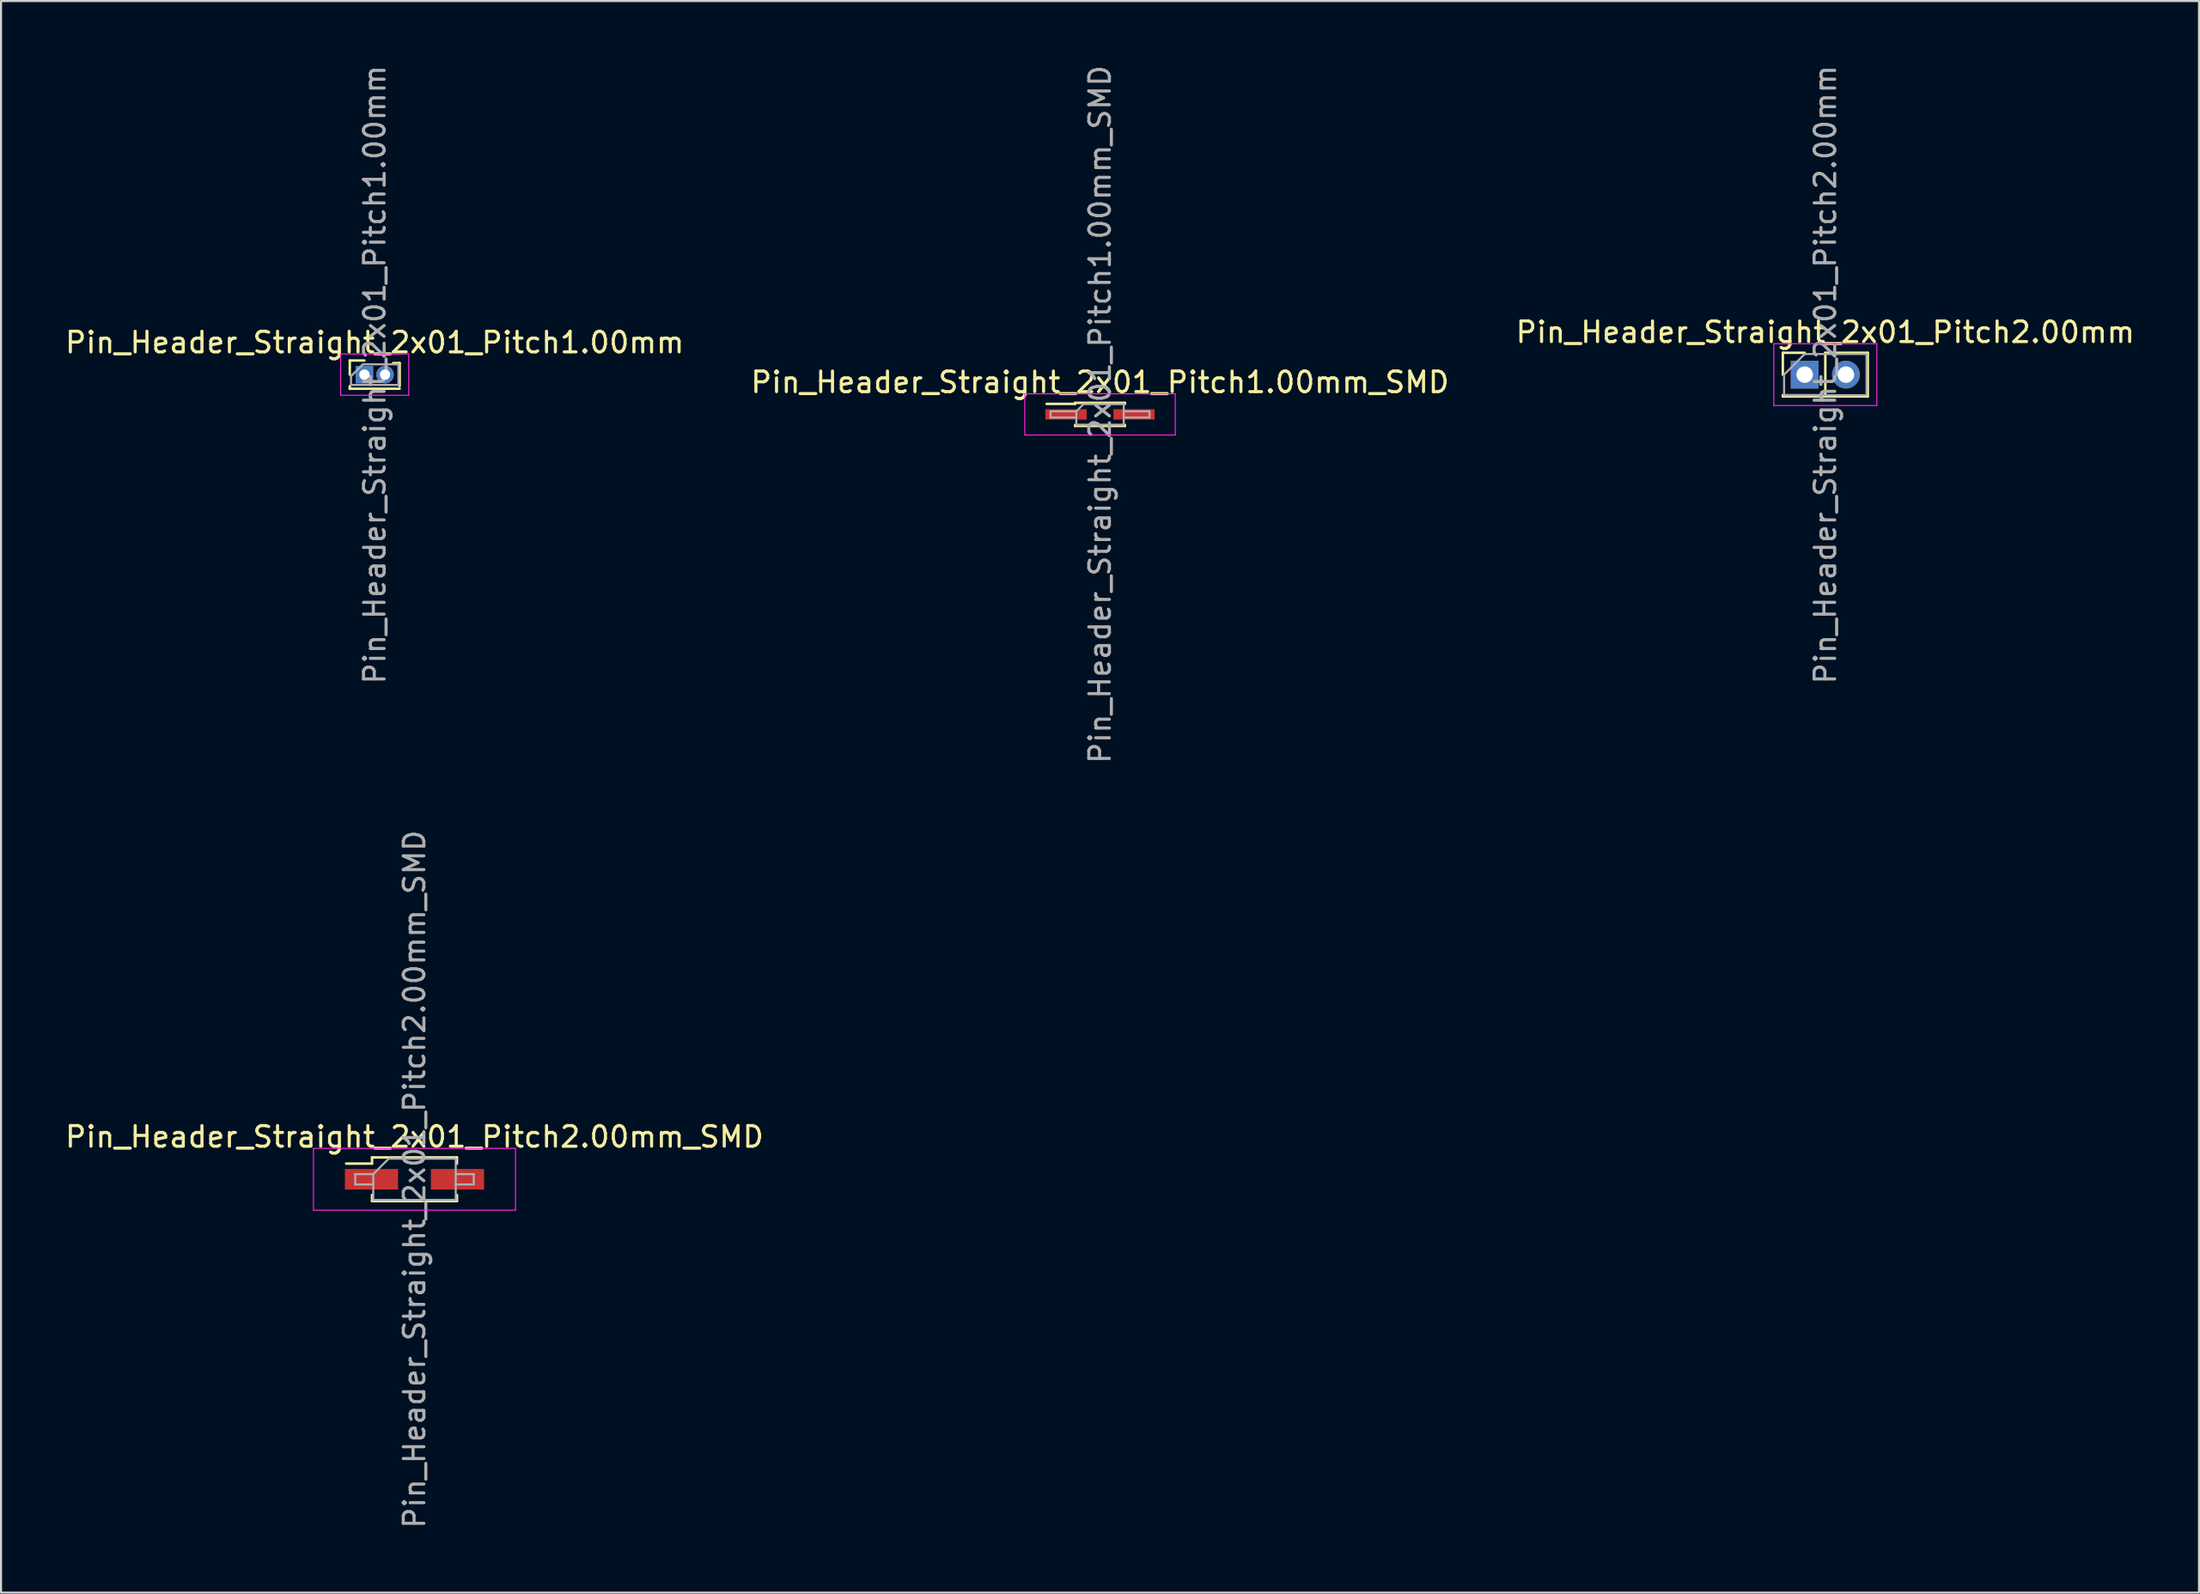
<source format=kicad_pcb>
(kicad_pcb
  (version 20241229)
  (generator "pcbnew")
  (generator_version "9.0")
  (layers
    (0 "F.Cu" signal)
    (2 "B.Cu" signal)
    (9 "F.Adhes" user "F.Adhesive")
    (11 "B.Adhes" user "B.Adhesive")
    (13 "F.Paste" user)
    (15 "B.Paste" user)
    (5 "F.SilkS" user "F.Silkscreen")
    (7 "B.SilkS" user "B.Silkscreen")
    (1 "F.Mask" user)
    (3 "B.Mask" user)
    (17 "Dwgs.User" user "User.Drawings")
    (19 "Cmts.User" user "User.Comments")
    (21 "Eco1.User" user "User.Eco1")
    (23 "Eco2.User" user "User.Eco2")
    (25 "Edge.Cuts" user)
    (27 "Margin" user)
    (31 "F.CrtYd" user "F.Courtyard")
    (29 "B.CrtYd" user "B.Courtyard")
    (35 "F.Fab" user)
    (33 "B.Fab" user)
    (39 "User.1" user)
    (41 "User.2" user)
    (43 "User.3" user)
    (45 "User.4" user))
  (footprint "Pin_Header_Straight_2x01_Pitch1.00mm_SMD"
    (layer "F.Cu")
    (at 50.304 17.054)
    (property "Reference" "Pin_Header_Straight_2x01_Pitch1.00mm_SMD" (at 0 -1.56 0) (layer "F.SilkS") (effects (font (size 1 1) (thickness 0.15))))
    (attr smd)
    (fp_line (start -2.59 -0.51) (end -1.21 -0.51) (stroke (width 0.12) (type solid)) (layer "F.SilkS"))
    (fp_line (start -1.21 -0.56) (end -1.21 -0.51) (stroke (width 0.12) (type solid)) (layer "F.SilkS"))
    (fp_line (start -1.21 -0.56) (end 1.21 -0.56) (stroke (width 0.12) (type solid)) (layer "F.SilkS"))
    (fp_line (start -1.21 0.51) (end -1.21 0.56) (stroke (width 0.12) (type solid)) (layer "F.SilkS"))
    (fp_line (start -1.21 0.56) (end 1.21 0.56) (stroke (width 0.12) (type solid)) (layer "F.SilkS"))
    (fp_line (start 1.21 -0.56) (end 1.21 -0.51) (stroke (width 0.12) (type solid)) (layer "F.SilkS"))
    (fp_line (start 1.21 0.51) (end 1.21 0.56) (stroke (width 0.12) (type solid)) (layer "F.SilkS"))
    (fp_line (start -3.65 -1) (end -3.65 1) (stroke (width 0.05) (type solid)) (layer "F.CrtYd"))
    (fp_line (start -3.65 1) (end 3.65 1) (stroke (width 0.05) (type solid)) (layer "F.CrtYd"))
    (fp_line (start 3.65 -1) (end -3.65 -1) (stroke (width 0.05) (type solid)) (layer "F.CrtYd"))
    (fp_line (start 3.65 1) (end 3.65 -1) (stroke (width 0.05) (type solid)) (layer "F.CrtYd"))
    (fp_line (start -2.4 -0.15) (end -2.4 0.15) (stroke (width 0.1) (type solid)) (layer "F.Fab"))
    (fp_line (start -2.4 0.15) (end -1.15 0.15) (stroke (width 0.1) (type solid)) (layer "F.Fab"))
    (fp_line (start -1.15 -0.15) (end -2.4 -0.15) (stroke (width 0.1) (type solid)) (layer "F.Fab"))
    (fp_line (start -1.15 -0.15) (end -0.8 -0.5) (stroke (width 0.1) (type solid)) (layer "F.Fab"))
    (fp_line (start -1.15 0.5) (end -1.15 -0.15) (stroke (width 0.1) (type solid)) (layer "F.Fab"))
    (fp_line (start -0.8 -0.5) (end 1.15 -0.5) (stroke (width 0.1) (type solid)) (layer "F.Fab"))
    (fp_line (start 1.15 -0.5) (end 1.15 0.5) (stroke (width 0.1) (type solid)) (layer "F.Fab"))
    (fp_line (start 1.15 -0.15) (end 2.4 -0.15) (stroke (width 0.1) (type solid)) (layer "F.Fab"))
    (fp_line (start 1.15 0.5) (end -1.15 0.5) (stroke (width 0.1) (type solid)) (layer "F.Fab"))
    (fp_line (start 2.4 -0.15) (end 2.4 0.15) (stroke (width 0.1) (type solid)) (layer "F.Fab"))
    (fp_line (start 2.4 0.15) (end 1.15 0.15) (stroke (width 0.1) (type solid)) (layer "F.Fab"))
    (fp_text user "${REFERENCE}" (at 0 0 90) (layer "F.Fab") (effects (font (size 1 1) (thickness 0.15))))
    (pad "1" smd rect (at -1.65 0) (size 2 0.5) (layers "F.Cu" "F.Mask" "F.Paste"))
    (pad "2" smd rect (at 1.65 0) (size 2 0.5) (layers "F.Cu" "F.Mask" "F.Paste")))
  (footprint "Pin_Header_Straight_2x01_Pitch2.00mm_SMD"
    (layer "F.Cu")
    (at 17.054 54.161)
    (property "Reference" "Pin_Header_Straight_2x01_Pitch2.00mm_SMD" (at 0 -2.06 0) (layer "F.SilkS") (effects (font (size 1 1) (thickness 0.15))))
    (attr smd)
    (fp_line (start -3.315 -0.76) (end -2.06 -0.76) (stroke (width 0.12) (type solid)) (layer "F.SilkS"))
    (fp_line (start -2.06 -1.06) (end -2.06 -0.76) (stroke (width 0.12) (type solid)) (layer "F.SilkS"))
    (fp_line (start -2.06 -1.06) (end 2.06 -1.06) (stroke (width 0.12) (type solid)) (layer "F.SilkS"))
    (fp_line (start -2.06 0.76) (end -2.06 1.06) (stroke (width 0.12) (type solid)) (layer "F.SilkS"))
    (fp_line (start -2.06 1.06) (end 2.06 1.06) (stroke (width 0.12) (type solid)) (layer "F.SilkS"))
    (fp_line (start 2.06 -1.06) (end 2.06 -0.76) (stroke (width 0.12) (type solid)) (layer "F.SilkS"))
    (fp_line (start 2.06 0.76) (end 2.06 1.06) (stroke (width 0.12) (type solid)) (layer "F.SilkS"))
    (fp_line (start -4.9 -1.5) (end -4.9 1.5) (stroke (width 0.05) (type solid)) (layer "F.CrtYd"))
    (fp_line (start -4.9 1.5) (end 4.9 1.5) (stroke (width 0.05) (type solid)) (layer "F.CrtYd"))
    (fp_line (start 4.9 -1.5) (end -4.9 -1.5) (stroke (width 0.05) (type solid)) (layer "F.CrtYd"))
    (fp_line (start 4.9 1.5) (end 4.9 -1.5) (stroke (width 0.05) (type solid)) (layer "F.CrtYd"))
    (fp_line (start -2.875 -0.25) (end -2.875 0.25) (stroke (width 0.1) (type solid)) (layer "F.Fab"))
    (fp_line (start -2.875 0.25) (end -2 0.25) (stroke (width 0.1) (type solid)) (layer "F.Fab"))
    (fp_line (start -2 -0.25) (end -2.875 -0.25) (stroke (width 0.1) (type solid)) (layer "F.Fab"))
    (fp_line (start -2 -0.25) (end -1.25 -1) (stroke (width 0.1) (type solid)) (layer "F.Fab"))
    (fp_line (start -2 1) (end -2 -0.25) (stroke (width 0.1) (type solid)) (layer "F.Fab"))
    (fp_line (start -1.25 -1) (end 2 -1) (stroke (width 0.1) (type solid)) (layer "F.Fab"))
    (fp_line (start 2 -1) (end 2 1) (stroke (width 0.1) (type solid)) (layer "F.Fab"))
    (fp_line (start 2 -0.25) (end 2.875 -0.25) (stroke (width 0.1) (type solid)) (layer "F.Fab"))
    (fp_line (start 2 1) (end -2 1) (stroke (width 0.1) (type solid)) (layer "F.Fab"))
    (fp_line (start 2.875 -0.25) (end 2.875 0.25) (stroke (width 0.1) (type solid)) (layer "F.Fab"))
    (fp_line (start 2.875 0.25) (end 2 0.25) (stroke (width 0.1) (type solid)) (layer "F.Fab"))
    (fp_text user "${REFERENCE}" (at 0 0 90) (layer "F.Fab") (effects (font (size 1 1) (thickness 0.15))))
    (pad "1" smd rect (at -2.085 0) (size 2.58 1) (layers "F.Cu" "F.Mask" "F.Paste"))
    (pad "2" smd rect (at 2.085 0) (size 2.58 1) (layers "F.Cu" "F.Mask" "F.Paste")))
  (footprint "Pin_Header_Straight_2x01_Pitch1.00mm"
    (layer "F.Cu")
    (at 14.625 15.125)
    (property "Reference" "Pin_Header_Straight_2x01_Pitch1.00mm" (at 0.5 -1.56 0) (layer "F.SilkS") (effects (font (size 1 1) (thickness 0.15))))
    (attr through_hole)
    (fp_line (start -0.71 -0.685) (end 0 -0.685) (stroke (width 0.12) (type solid)) (layer "F.SilkS"))
    (fp_line (start -0.71 0) (end -0.71 -0.685) (stroke (width 0.12) (type solid)) (layer "F.SilkS"))
    (fp_line (start -0.71 0.685) (end -0.71 0.56) (stroke (width 0.12) (type solid)) (layer "F.SilkS"))
    (fp_line (start -0.71 0.685) (end -0.608 0.685) (stroke (width 0.12) (type solid)) (layer "F.SilkS"))
    (fp_line (start -0.71 0.685) (end 1.71 0.685) (stroke (width 0.12) (type solid)) (layer "F.SilkS"))
    (fp_line (start 1.394 -0.56) (end 1.71 -0.56) (stroke (width 0.12) (type solid)) (layer "F.SilkS"))
    (fp_line (start 1.71 -0.56) (end 1.71 0.56) (stroke (width 0.12) (type solid)) (layer "F.SilkS"))
    (fp_line (start -1.15 -1) (end -1.15 1) (stroke (width 0.05) (type solid)) (layer "F.CrtYd"))
    (fp_line (start -1.15 1) (end 2.15 1) (stroke (width 0.05) (type solid)) (layer "F.CrtYd"))
    (fp_line (start 2.15 -1) (end -1.15 -1) (stroke (width 0.05) (type solid)) (layer "F.CrtYd"))
    (fp_line (start 2.15 1) (end 2.15 -1) (stroke (width 0.05) (type solid)) (layer "F.CrtYd"))
    (fp_line (start -0.65 0.075) (end -0.075 -0.5) (stroke (width 0.1) (type solid)) (layer "F.Fab"))
    (fp_line (start -0.65 0.5) (end -0.65 0.075) (stroke (width 0.1) (type solid)) (layer "F.Fab"))
    (fp_line (start -0.075 -0.5) (end 1.65 -0.5) (stroke (width 0.1) (type solid)) (layer "F.Fab"))
    (fp_line (start 1.65 -0.5) (end 1.65 0.5) (stroke (width 0.1) (type solid)) (layer "F.Fab"))
    (fp_line (start 1.65 0.5) (end -0.65 0.5) (stroke (width 0.1) (type solid)) (layer "F.Fab"))
    (fp_text user "${REFERENCE}" (at 0.5 0 90) (layer "F.Fab") (effects (font (size 1 1) (thickness 0.15))))
    (pad "1" thru_hole rect (at 0 0) (size 0.85 0.85) (drill 0.5) (layers "*.Cu" "*.Mask"))
    (pad "2" thru_hole oval (at 1 0) (size 0.85 0.85) (drill 0.5) (layers "*.Cu" "*.Mask")))
  (footprint "Pin_Header_Straight_2x01_Pitch2.00mm"
    (layer "F.Cu")
    (at 84.482 15.125)
    (property "Reference" "Pin_Header_Straight_2x01_Pitch2.00mm" (at 1 -2.06 0) (layer "F.SilkS") (effects (font (size 1 1) (thickness 0.15))))
    (attr through_hole)
    (fp_line (start -1.06 -1.06) (end 0 -1.06) (stroke (width 0.12) (type solid)) (layer "F.SilkS"))
    (fp_line (start -1.06 0) (end -1.06 -1.06) (stroke (width 0.12) (type solid)) (layer "F.SilkS"))
    (fp_line (start -1.06 1) (end -1.06 1.06) (stroke (width 0.12) (type solid)) (layer "F.SilkS"))
    (fp_line (start -1.06 1) (end 1 1) (stroke (width 0.12) (type solid)) (layer "F.SilkS"))
    (fp_line (start -1.06 1.06) (end 3.06 1.06) (stroke (width 0.12) (type solid)) (layer "F.SilkS"))
    (fp_line (start 1 -1.06) (end 3.06 -1.06) (stroke (width 0.12) (type solid)) (layer "F.SilkS"))
    (fp_line (start 1 1) (end 1 -1.06) (stroke (width 0.12) (type solid)) (layer "F.SilkS"))
    (fp_line (start 3.06 -1.06) (end 3.06 1.06) (stroke (width 0.12) (type solid)) (layer "F.SilkS"))
    (fp_line (start -1.5 -1.5) (end -1.5 1.5) (stroke (width 0.05) (type solid)) (layer "F.CrtYd"))
    (fp_line (start -1.5 1.5) (end 3.5 1.5) (stroke (width 0.05) (type solid)) (layer "F.CrtYd"))
    (fp_line (start 3.5 -1.5) (end -1.5 -1.5) (stroke (width 0.05) (type solid)) (layer "F.CrtYd"))
    (fp_line (start 3.5 1.5) (end 3.5 -1.5) (stroke (width 0.05) (type solid)) (layer "F.CrtYd"))
    (fp_line (start -1 0) (end 0 -1) (stroke (width 0.1) (type solid)) (layer "F.Fab"))
    (fp_line (start -1 1) (end -1 0) (stroke (width 0.1) (type solid)) (layer "F.Fab"))
    (fp_line (start 0 -1) (end 3 -1) (stroke (width 0.1) (type solid)) (layer "F.Fab"))
    (fp_line (start 3 -1) (end 3 1) (stroke (width 0.1) (type solid)) (layer "F.Fab"))
    (fp_line (start 3 1) (end -1 1) (stroke (width 0.1) (type solid)) (layer "F.Fab"))
    (fp_text user "${REFERENCE}" (at 1 0 90) (layer "F.Fab") (effects (font (size 1 1) (thickness 0.15))))
    (pad "1" thru_hole rect (at 0 0) (size 1.35 1.35) (drill 0.8) (layers "*.Cu" "*.Mask"))
    (pad "2" thru_hole oval (at 2 0) (size 1.35 1.35) (drill 0.8) (layers "*.Cu" "*.Mask")))
  (gr_rect
    (start -3 -3)
    (end 103.607 74.214)
    (stroke (width 0.1) (type default))
    (fill no)
    (layer "Edge.Cuts")))
</source>
